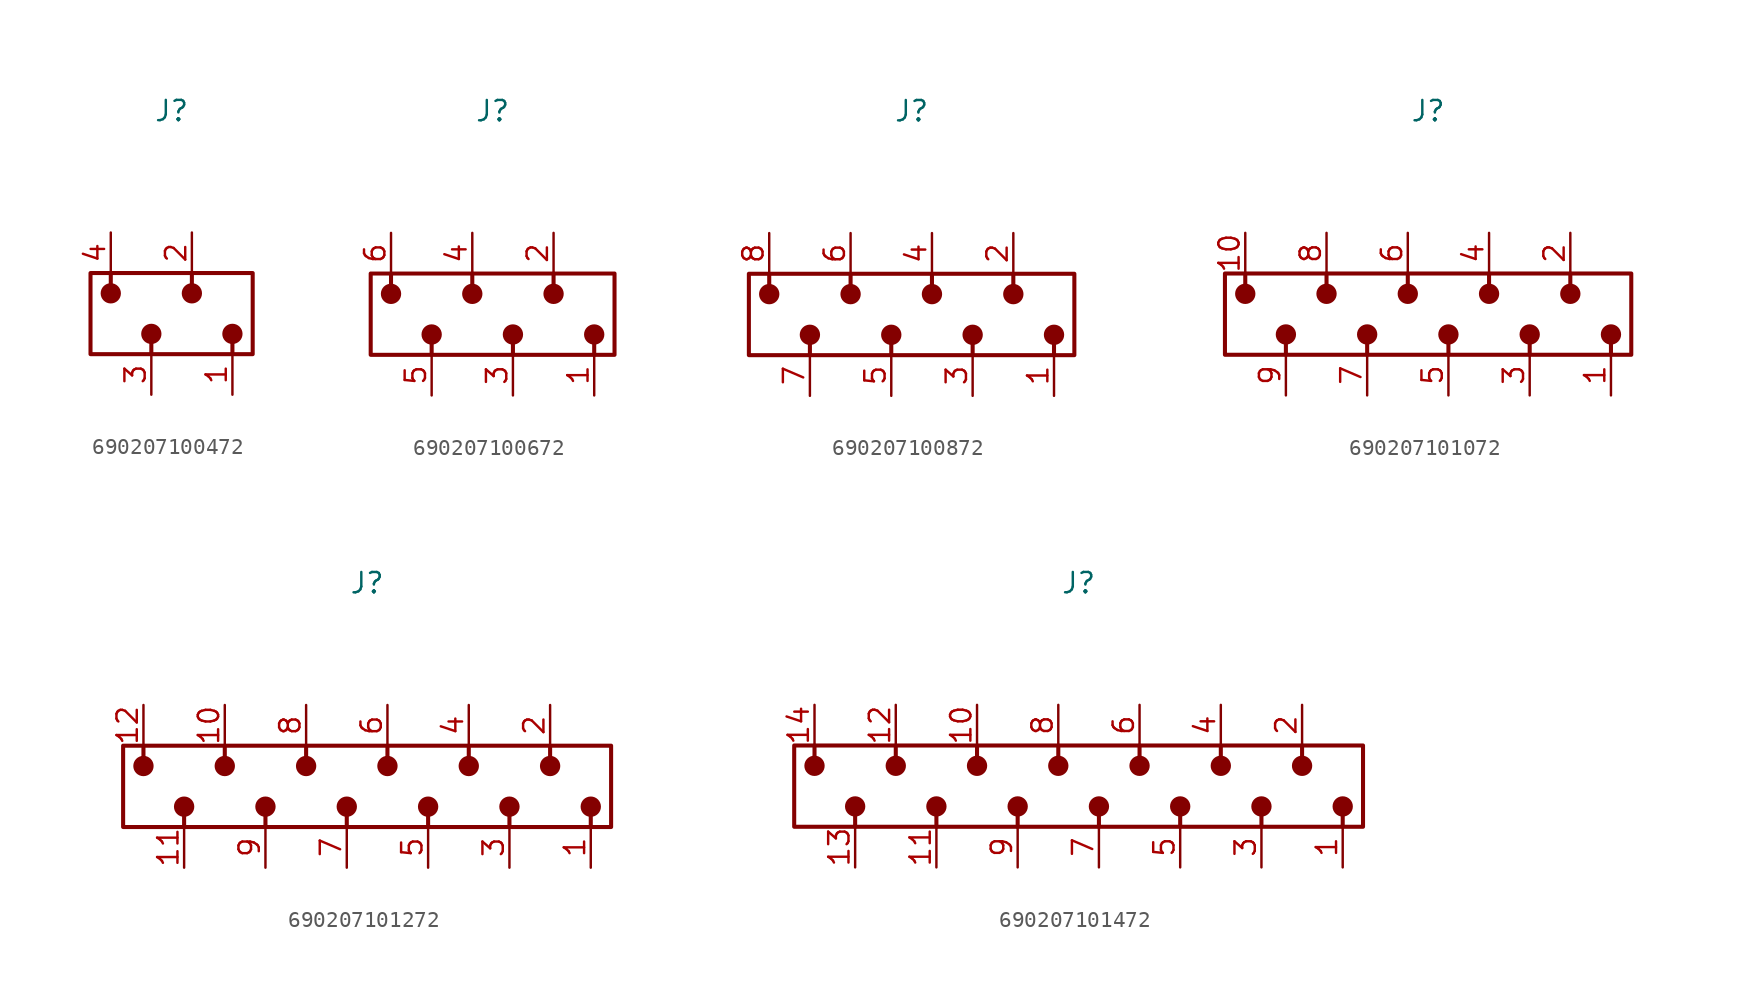
<source format=kicad_sym>
(kicad_symbol_lib
  (version 20241209)
  (generator "kicad_symbol_editor")
  (generator_version "9.0")
  (symbol "690207100472"
    (pin_names
      (hide yes))
    (property "Reference" "J"
      (at 0 12.7 0)
      (effects (font (size 1.27 1.27))))
    (symbol "690207100472_1_1"
      (rectangle (start -5.08 -2.54) (end 5.08 2.54) (stroke (width 0.254) (type solid)) (fill (type none)))
      (polyline (pts (xy -3.81 1.778) (xy -3.81 2.54)) (stroke (width 0.254) (type solid)) (fill (type none)))
      (circle (center -3.81 1.27) (radius 0.508) (stroke (width 0.254) (type solid)) (fill (type outline)))
      (circle (center -1.27 -1.27) (radius 0.508) (stroke (width 0.254) (type solid)) (fill (type outline)))
      (polyline (pts (xy -1.27 -1.778) (xy -1.27 -2.54)) (stroke (width 0.254) (type solid)) (fill (type none)))
      (polyline (pts (xy 1.27 1.778) (xy 1.27 2.54)) (stroke (width 0.254) (type solid)) (fill (type none)))
      (circle (center 1.27 1.27) (radius 0.508) (stroke (width 0.254) (type solid)) (fill (type outline)))
      (circle (center 3.81 -1.27) (radius 0.508) (stroke (width 0.254) (type solid)) (fill (type outline)))
      (polyline (pts (xy 3.81 -1.778) (xy 3.81 -2.54)) (stroke (width 0.254) (type solid)) (fill (type none)))
      (pin passive line (at -3.81 5.08 270) (length 2.54) (name "4" (effects (font (size 1.27 1.27)))) (number "4" (effects (font (size 1.27 1.27)))))
      (pin passive line (at -1.27 -5.08 90) (length 2.54) (name "3" (effects (font (size 1.27 1.27)))) (number "3" (effects (font (size 1.27 1.27)))))
      (pin passive line (at 1.27 5.08 270) (length 2.54) (name "2" (effects (font (size 1.27 1.27)))) (number "2" (effects (font (size 1.27 1.27)))))
      (pin passive line (at 3.81 -5.08 90) (length 2.54) (name "1" (effects (font (size 1.27 1.27)))) (number "1" (effects (font (size 1.27 1.27)))))))
  (symbol "690207100672"
    (pin_names
      (hide yes))
    (property "Reference" "J"
      (at 0 12.7 0)
      (effects (font (size 1.27 1.27))))
    (symbol "690207100672_1_1"
      (rectangle (start -7.62 2.54) (end 7.62 -2.54) (stroke (width 0.254) (type solid)) (fill (type none)))
      (polyline (pts (xy -6.35 1.778) (xy -6.35 2.54)) (stroke (width 0.254) (type solid)) (fill (type none)))
      (circle (center -6.35 1.27) (radius 0.508) (stroke (width 0.254) (type solid)) (fill (type outline)))
      (circle (center -3.81 -1.27) (radius 0.508) (stroke (width 0.254) (type solid)) (fill (type outline)))
      (polyline (pts (xy -3.81 -1.778) (xy -3.81 -2.54)) (stroke (width 0.254) (type solid)) (fill (type none)))
      (polyline (pts (xy -1.27 1.778) (xy -1.27 2.54)) (stroke (width 0.254) (type solid)) (fill (type none)))
      (circle (center -1.27 1.27) (radius 0.508) (stroke (width 0.254) (type solid)) (fill (type outline)))
      (circle (center 1.27 -1.27) (radius 0.508) (stroke (width 0.254) (type solid)) (fill (type outline)))
      (polyline (pts (xy 1.27 -1.778) (xy 1.27 -2.54)) (stroke (width 0.254) (type solid)) (fill (type none)))
      (polyline (pts (xy 3.81 1.778) (xy 3.81 2.54)) (stroke (width 0.254) (type solid)) (fill (type none)))
      (circle (center 3.81 1.27) (radius 0.508) (stroke (width 0.254) (type solid)) (fill (type outline)))
      (circle (center 6.35 -1.27) (radius 0.508) (stroke (width 0.254) (type solid)) (fill (type outline)))
      (polyline (pts (xy 6.35 -1.778) (xy 6.35 -2.54)) (stroke (width 0.254) (type solid)) (fill (type none)))
      (pin passive line (at -6.35 5.08 270) (length 2.54) (name "6" (effects (font (size 1.27 1.27)))) (number "6" (effects (font (size 1.27 1.27)))))
      (pin passive line (at -3.81 -5.08 90) (length 2.54) (name "5" (effects (font (size 1.27 1.27)))) (number "5" (effects (font (size 1.27 1.27)))))
      (pin passive line (at -1.27 5.08 270) (length 2.54) (name "4" (effects (font (size 1.27 1.27)))) (number "4" (effects (font (size 1.27 1.27)))))
      (pin passive line (at 1.27 -5.08 90) (length 2.54) (name "3" (effects (font (size 1.27 1.27)))) (number "3" (effects (font (size 1.27 1.27)))))
      (pin passive line (at 3.81 5.08 270) (length 2.54) (name "2" (effects (font (size 1.27 1.27)))) (number "2" (effects (font (size 1.27 1.27)))))
      (pin passive line (at 6.35 -5.08 90) (length 2.54) (name "1" (effects (font (size 1.27 1.27)))) (number "1" (effects (font (size 1.27 1.27)))))))
  (symbol "690207100872"
    (pin_names
      (hide yes))
    (property "Reference" "J"
      (at 0 12.7 0)
      (effects (font (size 1.27 1.27))))
    (symbol "690207100872_1_1"
      (rectangle (start -10.16 2.54) (end 10.16 -2.54) (stroke (width 0.254) (type solid)) (fill (type none)))
      (polyline (pts (xy -8.89 1.778) (xy -8.89 2.54)) (stroke (width 0.254) (type solid)) (fill (type none)))
      (circle (center -8.89 1.27) (radius 0.508) (stroke (width 0.254) (type solid)) (fill (type outline)))
      (circle (center -6.35 -1.27) (radius 0.508) (stroke (width 0.254) (type solid)) (fill (type outline)))
      (polyline (pts (xy -6.35 -1.778) (xy -6.35 -2.54)) (stroke (width 0.254) (type solid)) (fill (type none)))
      (polyline (pts (xy -3.81 1.778) (xy -3.81 2.54)) (stroke (width 0.254) (type solid)) (fill (type none)))
      (circle (center -3.81 1.27) (radius 0.508) (stroke (width 0.254) (type solid)) (fill (type outline)))
      (circle (center -1.27 -1.27) (radius 0.508) (stroke (width 0.254) (type solid)) (fill (type outline)))
      (polyline (pts (xy -1.27 -1.778) (xy -1.27 -2.54)) (stroke (width 0.254) (type solid)) (fill (type none)))
      (polyline (pts (xy 1.27 1.778) (xy 1.27 2.54)) (stroke (width 0.254) (type solid)) (fill (type none)))
      (circle (center 1.27 1.27) (radius 0.508) (stroke (width 0.254) (type solid)) (fill (type outline)))
      (circle (center 3.81 -1.27) (radius 0.508) (stroke (width 0.254) (type solid)) (fill (type outline)))
      (polyline (pts (xy 3.81 -1.778) (xy 3.81 -2.54)) (stroke (width 0.254) (type solid)) (fill (type none)))
      (polyline (pts (xy 6.35 1.778) (xy 6.35 2.54)) (stroke (width 0.254) (type solid)) (fill (type none)))
      (circle (center 6.35 1.27) (radius 0.508) (stroke (width 0.254) (type solid)) (fill (type outline)))
      (circle (center 8.89 -1.27) (radius 0.508) (stroke (width 0.254) (type solid)) (fill (type outline)))
      (polyline (pts (xy 8.89 -1.778) (xy 8.89 -2.54)) (stroke (width 0.254) (type solid)) (fill (type none)))
      (pin passive line (at -8.89 5.08 270) (length 2.54) (name "8" (effects (font (size 1.27 1.27)))) (number "8" (effects (font (size 1.27 1.27)))))
      (pin passive line (at -6.35 -5.08 90) (length 2.54) (name "7" (effects (font (size 1.27 1.27)))) (number "7" (effects (font (size 1.27 1.27)))))
      (pin passive line (at -3.81 5.08 270) (length 2.54) (name "6" (effects (font (size 1.27 1.27)))) (number "6" (effects (font (size 1.27 1.27)))))
      (pin passive line (at -1.27 -5.08 90) (length 2.54) (name "5" (effects (font (size 1.27 1.27)))) (number "5" (effects (font (size 1.27 1.27)))))
      (pin passive line (at 1.27 5.08 270) (length 2.54) (name "4" (effects (font (size 1.27 1.27)))) (number "4" (effects (font (size 1.27 1.27)))))
      (pin passive line (at 3.81 -5.08 90) (length 2.54) (name "3" (effects (font (size 1.27 1.27)))) (number "3" (effects (font (size 1.27 1.27)))))
      (pin passive line (at 6.35 5.08 270) (length 2.54) (name "2" (effects (font (size 1.27 1.27)))) (number "2" (effects (font (size 1.27 1.27)))))
      (pin passive line (at 8.89 -5.08 90) (length 2.54) (name "1" (effects (font (size 1.27 1.27)))) (number "1" (effects (font (size 1.27 1.27)))))))
  (symbol "690207101072"
    (pin_names
      (hide yes))
    (property "Reference" "J"
      (at 0 12.7 0)
      (effects (font (size 1.27 1.27))))
    (symbol "690207101072_1_1"
      (rectangle (start -12.7 2.54) (end 12.7 -2.54) (stroke (width 0.254) (type solid)) (fill (type none)))
      (polyline (pts (xy -11.43 1.778) (xy -11.43 2.54)) (stroke (width 0.254) (type solid)) (fill (type none)))
      (circle (center -11.43 1.27) (radius 0.508) (stroke (width 0.254) (type solid)) (fill (type outline)))
      (circle (center -8.89 -1.27) (radius 0.508) (stroke (width 0.254) (type solid)) (fill (type outline)))
      (polyline (pts (xy -8.89 -1.778) (xy -8.89 -2.54)) (stroke (width 0.254) (type solid)) (fill (type none)))
      (polyline (pts (xy -6.35 1.778) (xy -6.35 2.54)) (stroke (width 0.254) (type solid)) (fill (type none)))
      (circle (center -6.35 1.27) (radius 0.508) (stroke (width 0.254) (type solid)) (fill (type outline)))
      (circle (center -3.81 -1.27) (radius 0.508) (stroke (width 0.254) (type solid)) (fill (type outline)))
      (polyline (pts (xy -3.81 -1.778) (xy -3.81 -2.54)) (stroke (width 0.254) (type solid)) (fill (type none)))
      (polyline (pts (xy -1.27 1.778) (xy -1.27 2.54)) (stroke (width 0.254) (type solid)) (fill (type none)))
      (circle (center -1.27 1.27) (radius 0.508) (stroke (width 0.254) (type solid)) (fill (type outline)))
      (circle (center 1.27 -1.27) (radius 0.508) (stroke (width 0.254) (type solid)) (fill (type outline)))
      (polyline (pts (xy 1.27 -1.778) (xy 1.27 -2.54)) (stroke (width 0.254) (type solid)) (fill (type none)))
      (polyline (pts (xy 3.81 1.778) (xy 3.81 2.54)) (stroke (width 0.254) (type solid)) (fill (type none)))
      (circle (center 3.81 1.27) (radius 0.508) (stroke (width 0.254) (type solid)) (fill (type outline)))
      (circle (center 6.35 -1.27) (radius 0.508) (stroke (width 0.254) (type solid)) (fill (type outline)))
      (polyline (pts (xy 6.35 -1.778) (xy 6.35 -2.54)) (stroke (width 0.254) (type solid)) (fill (type none)))
      (polyline (pts (xy 8.89 1.778) (xy 8.89 2.54)) (stroke (width 0.254) (type solid)) (fill (type none)))
      (circle (center 8.89 1.27) (radius 0.508) (stroke (width 0.254) (type solid)) (fill (type outline)))
      (circle (center 11.43 -1.27) (radius 0.508) (stroke (width 0.254) (type solid)) (fill (type outline)))
      (polyline (pts (xy 11.43 -1.778) (xy 11.43 -2.54)) (stroke (width 0.254) (type solid)) (fill (type none)))
      (pin passive line (at -11.43 5.08 270) (length 2.54) (name "10" (effects (font (size 1.27 1.27)))) (number "10" (effects (font (size 1.27 1.27)))))
      (pin passive line (at -8.89 -5.08 90) (length 2.54) (name "9" (effects (font (size 1.27 1.27)))) (number "9" (effects (font (size 1.27 1.27)))))
      (pin passive line (at -6.35 5.08 270) (length 2.54) (name "8" (effects (font (size 1.27 1.27)))) (number "8" (effects (font (size 1.27 1.27)))))
      (pin passive line (at -3.81 -5.08 90) (length 2.54) (name "7" (effects (font (size 1.27 1.27)))) (number "7" (effects (font (size 1.27 1.27)))))
      (pin passive line (at -1.27 5.08 270) (length 2.54) (name "6" (effects (font (size 1.27 1.27)))) (number "6" (effects (font (size 1.27 1.27)))))
      (pin passive line (at 1.27 -5.08 90) (length 2.54) (name "5" (effects (font (size 1.27 1.27)))) (number "5" (effects (font (size 1.27 1.27)))))
      (pin passive line (at 3.81 5.08 270) (length 2.54) (name "4" (effects (font (size 1.27 1.27)))) (number "4" (effects (font (size 1.27 1.27)))))
      (pin passive line (at 6.35 -5.08 90) (length 2.54) (name "3" (effects (font (size 1.27 1.27)))) (number "3" (effects (font (size 1.27 1.27)))))
      (pin passive line (at 8.89 5.08 270) (length 2.54) (name "2" (effects (font (size 1.27 1.27)))) (number "2" (effects (font (size 1.27 1.27)))))
      (pin passive line (at 11.43 -5.08 90) (length 2.54) (name "1" (effects (font (size 1.27 1.27)))) (number "1" (effects (font (size 1.27 1.27)))))))
  (symbol "690207101272"
    (pin_names
      (hide yes))
    (property "Reference" "J"
      (at 0 12.7 0)
      (effects (font (size 1.27 1.27))))
    (symbol "690207101272_1_1"
      (rectangle (start -15.24 2.54) (end 15.24 -2.54) (stroke (width 0.254) (type solid)) (fill (type none)))
      (polyline (pts (xy -13.97 1.778) (xy -13.97 2.54)) (stroke (width 0.254) (type solid)) (fill (type none)))
      (circle (center -13.97 1.27) (radius 0.508) (stroke (width 0.254) (type solid)) (fill (type outline)))
      (circle (center -11.43 -1.27) (radius 0.508) (stroke (width 0.254) (type solid)) (fill (type outline)))
      (polyline (pts (xy -11.43 -1.778) (xy -11.43 -2.54)) (stroke (width 0.254) (type solid)) (fill (type none)))
      (polyline (pts (xy -8.89 1.778) (xy -8.89 2.54)) (stroke (width 0.254) (type solid)) (fill (type none)))
      (circle (center -8.89 1.27) (radius 0.508) (stroke (width 0.254) (type solid)) (fill (type outline)))
      (circle (center -6.35 -1.27) (radius 0.508) (stroke (width 0.254) (type solid)) (fill (type outline)))
      (polyline (pts (xy -6.35 -1.778) (xy -6.35 -2.54)) (stroke (width 0.254) (type solid)) (fill (type none)))
      (polyline (pts (xy -3.81 1.778) (xy -3.81 2.54)) (stroke (width 0.254) (type solid)) (fill (type none)))
      (circle (center -3.81 1.27) (radius 0.508) (stroke (width 0.254) (type solid)) (fill (type outline)))
      (circle (center -1.27 -1.27) (radius 0.508) (stroke (width 0.254) (type solid)) (fill (type outline)))
      (polyline (pts (xy -1.27 -1.778) (xy -1.27 -2.54)) (stroke (width 0.254) (type solid)) (fill (type none)))
      (polyline (pts (xy 1.27 1.778) (xy 1.27 2.54)) (stroke (width 0.254) (type solid)) (fill (type none)))
      (circle (center 1.27 1.27) (radius 0.508) (stroke (width 0.254) (type solid)) (fill (type outline)))
      (circle (center 3.81 -1.27) (radius 0.508) (stroke (width 0.254) (type solid)) (fill (type outline)))
      (polyline (pts (xy 3.81 -1.778) (xy 3.81 -2.54)) (stroke (width 0.254) (type solid)) (fill (type none)))
      (polyline (pts (xy 6.35 1.778) (xy 6.35 2.54)) (stroke (width 0.254) (type solid)) (fill (type none)))
      (circle (center 6.35 1.27) (radius 0.508) (stroke (width 0.254) (type solid)) (fill (type outline)))
      (circle (center 8.89 -1.27) (radius 0.508) (stroke (width 0.254) (type solid)) (fill (type outline)))
      (polyline (pts (xy 8.89 -1.778) (xy 8.89 -2.54)) (stroke (width 0.254) (type solid)) (fill (type none)))
      (polyline (pts (xy 11.43 1.778) (xy 11.43 2.54)) (stroke (width 0.254) (type solid)) (fill (type none)))
      (circle (center 11.43 1.27) (radius 0.508) (stroke (width 0.254) (type solid)) (fill (type outline)))
      (circle (center 13.97 -1.27) (radius 0.508) (stroke (width 0.254) (type solid)) (fill (type outline)))
      (polyline (pts (xy 13.97 -1.778) (xy 13.97 -2.54)) (stroke (width 0.254) (type solid)) (fill (type none)))
      (pin passive line (at -13.97 5.08 270) (length 2.54) (name "12" (effects (font (size 1.27 1.27)))) (number "12" (effects (font (size 1.27 1.27)))))
      (pin passive line (at -11.43 -5.08 90) (length 2.54) (name "11" (effects (font (size 1.27 1.27)))) (number "11" (effects (font (size 1.27 1.27)))))
      (pin passive line (at -8.89 5.08 270) (length 2.54) (name "10" (effects (font (size 1.27 1.27)))) (number "10" (effects (font (size 1.27 1.27)))))
      (pin passive line (at -6.35 -5.08 90) (length 2.54) (name "9" (effects (font (size 1.27 1.27)))) (number "9" (effects (font (size 1.27 1.27)))))
      (pin passive line (at -3.81 5.08 270) (length 2.54) (name "8" (effects (font (size 1.27 1.27)))) (number "8" (effects (font (size 1.27 1.27)))))
      (pin passive line (at -1.27 -5.08 90) (length 2.54) (name "7" (effects (font (size 1.27 1.27)))) (number "7" (effects (font (size 1.27 1.27)))))
      (pin passive line (at 1.27 5.08 270) (length 2.54) (name "6" (effects (font (size 1.27 1.27)))) (number "6" (effects (font (size 1.27 1.27)))))
      (pin passive line (at 3.81 -5.08 90) (length 2.54) (name "5" (effects (font (size 1.27 1.27)))) (number "5" (effects (font (size 1.27 1.27)))))
      (pin passive line (at 6.35 5.08 270) (length 2.54) (name "4" (effects (font (size 1.27 1.27)))) (number "4" (effects (font (size 1.27 1.27)))))
      (pin passive line (at 8.89 -5.08 90) (length 2.54) (name "3" (effects (font (size 1.27 1.27)))) (number "3" (effects (font (size 1.27 1.27)))))
      (pin passive line (at 11.43 5.08 270) (length 2.54) (name "2" (effects (font (size 1.27 1.27)))) (number "2" (effects (font (size 1.27 1.27)))))
      (pin passive line (at 13.97 -5.08 90) (length 2.54) (name "1" (effects (font (size 1.27 1.27)))) (number "1" (effects (font (size 1.27 1.27)))))))
  (symbol "690207101472"
    (pin_names
      (hide yes))
    (property "Reference" "J"
      (at 0 12.7 0)
      (effects (font (size 1.27 1.27))))
    (symbol "690207101472_1_1"
      (rectangle (start -17.78 2.54) (end 17.78 -2.54) (stroke (width 0.254) (type solid)) (fill (type none)))
      (polyline (pts (xy -16.51 1.778) (xy -16.51 2.54)) (stroke (width 0.254) (type solid)) (fill (type none)))
      (circle (center -16.51 1.27) (radius 0.508) (stroke (width 0.254) (type solid)) (fill (type outline)))
      (circle (center -13.97 -1.27) (radius 0.508) (stroke (width 0.254) (type solid)) (fill (type outline)))
      (polyline (pts (xy -13.97 -1.778) (xy -13.97 -2.54)) (stroke (width 0.254) (type solid)) (fill (type none)))
      (polyline (pts (xy -11.43 1.778) (xy -11.43 2.54)) (stroke (width 0.254) (type solid)) (fill (type none)))
      (circle (center -11.43 1.27) (radius 0.508) (stroke (width 0.254) (type solid)) (fill (type outline)))
      (circle (center -8.89 -1.27) (radius 0.508) (stroke (width 0.254) (type solid)) (fill (type outline)))
      (polyline (pts (xy -8.89 -1.778) (xy -8.89 -2.54)) (stroke (width 0.254) (type solid)) (fill (type none)))
      (polyline (pts (xy -6.35 1.778) (xy -6.35 2.54)) (stroke (width 0.254) (type solid)) (fill (type none)))
      (circle (center -6.35 1.27) (radius 0.508) (stroke (width 0.254) (type solid)) (fill (type outline)))
      (circle (center -3.81 -1.27) (radius 0.508) (stroke (width 0.254) (type solid)) (fill (type outline)))
      (polyline (pts (xy -3.81 -1.778) (xy -3.81 -2.54)) (stroke (width 0.254) (type solid)) (fill (type none)))
      (polyline (pts (xy -1.27 1.778) (xy -1.27 2.54)) (stroke (width 0.254) (type solid)) (fill (type none)))
      (circle (center -1.27 1.27) (radius 0.508) (stroke (width 0.254) (type solid)) (fill (type outline)))
      (circle (center 1.27 -1.27) (radius 0.508) (stroke (width 0.254) (type solid)) (fill (type outline)))
      (polyline (pts (xy 1.27 -1.778) (xy 1.27 -2.54)) (stroke (width 0.254) (type solid)) (fill (type none)))
      (polyline (pts (xy 3.81 1.778) (xy 3.81 2.54)) (stroke (width 0.254) (type solid)) (fill (type none)))
      (circle (center 3.81 1.27) (radius 0.508) (stroke (width 0.254) (type solid)) (fill (type outline)))
      (circle (center 6.35 -1.27) (radius 0.508) (stroke (width 0.254) (type solid)) (fill (type outline)))
      (polyline (pts (xy 6.35 -1.778) (xy 6.35 -2.54)) (stroke (width 0.254) (type solid)) (fill (type none)))
      (polyline (pts (xy 8.89 1.778) (xy 8.89 2.54)) (stroke (width 0.254) (type solid)) (fill (type none)))
      (circle (center 8.89 1.27) (radius 0.508) (stroke (width 0.254) (type solid)) (fill (type outline)))
      (circle (center 11.43 -1.27) (radius 0.508) (stroke (width 0.254) (type solid)) (fill (type outline)))
      (polyline (pts (xy 11.43 -1.778) (xy 11.43 -2.54)) (stroke (width 0.254) (type solid)) (fill (type none)))
      (polyline (pts (xy 13.97 1.778) (xy 13.97 2.54)) (stroke (width 0.254) (type solid)) (fill (type none)))
      (circle (center 13.97 1.27) (radius 0.508) (stroke (width 0.254) (type solid)) (fill (type outline)))
      (circle (center 16.51 -1.27) (radius 0.508) (stroke (width 0.254) (type solid)) (fill (type outline)))
      (polyline (pts (xy 16.51 -1.778) (xy 16.51 -2.54)) (stroke (width 0.254) (type solid)) (fill (type none)))
      (pin passive line (at -16.51 5.08 270) (length 2.54) (name "14" (effects (font (size 1.27 1.27)))) (number "14" (effects (font (size 1.27 1.27)))))
      (pin passive line (at -13.97 -5.08 90) (length 2.54) (name "13" (effects (font (size 1.27 1.27)))) (number "13" (effects (font (size 1.27 1.27)))))
      (pin passive line (at -11.43 5.08 270) (length 2.54) (name "12" (effects (font (size 1.27 1.27)))) (number "12" (effects (font (size 1.27 1.27)))))
      (pin passive line (at -8.89 -5.08 90) (length 2.54) (name "11" (effects (font (size 1.27 1.27)))) (number "11" (effects (font (size 1.27 1.27)))))
      (pin passive line (at -6.35 5.08 270) (length 2.54) (name "10" (effects (font (size 1.27 1.27)))) (number "10" (effects (font (size 1.27 1.27)))))
      (pin passive line (at -3.81 -5.08 90) (length 2.54) (name "9" (effects (font (size 1.27 1.27)))) (number "9" (effects (font (size 1.27 1.27)))))
      (pin passive line (at -1.27 5.08 270) (length 2.54) (name "8" (effects (font (size 1.27 1.27)))) (number "8" (effects (font (size 1.27 1.27)))))
      (pin passive line (at 1.27 -5.08 90) (length 2.54) (name "7" (effects (font (size 1.27 1.27)))) (number "7" (effects (font (size 1.27 1.27)))))
      (pin passive line (at 3.81 5.08 270) (length 2.54) (name "6" (effects (font (size 1.27 1.27)))) (number "6" (effects (font (size 1.27 1.27)))))
      (pin passive line (at 6.35 -5.08 90) (length 2.54) (name "5" (effects (font (size 1.27 1.27)))) (number "5" (effects (font (size 1.27 1.27)))))
      (pin passive line (at 8.89 5.08 270) (length 2.54) (name "4" (effects (font (size 1.27 1.27)))) (number "4" (effects (font (size 1.27 1.27)))))
      (pin passive line (at 11.43 -5.08 90) (length 2.54) (name "3" (effects (font (size 1.27 1.27)))) (number "3" (effects (font (size 1.27 1.27)))))
      (pin passive line (at 13.97 5.08 270) (length 2.54) (name "2" (effects (font (size 1.27 1.27)))) (number "2" (effects (font (size 1.27 1.27)))))
      (pin passive line (at 16.51 -5.08 90) (length 2.54) (name "1" (effects (font (size 1.27 1.27)))) (number "1" (effects (font (size 1.27 1.27))))))))
</source>
